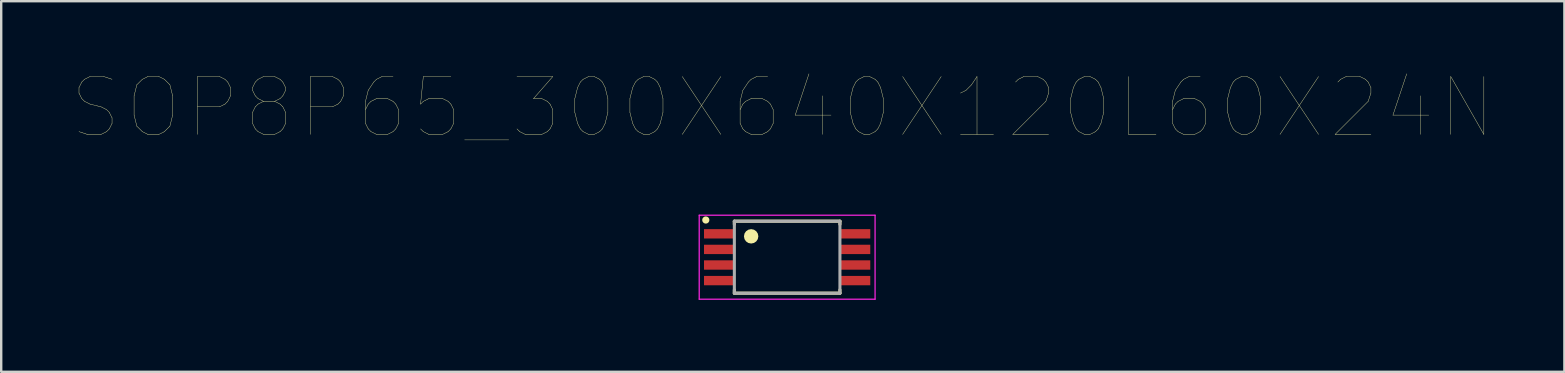
<source format=kicad_pcb>
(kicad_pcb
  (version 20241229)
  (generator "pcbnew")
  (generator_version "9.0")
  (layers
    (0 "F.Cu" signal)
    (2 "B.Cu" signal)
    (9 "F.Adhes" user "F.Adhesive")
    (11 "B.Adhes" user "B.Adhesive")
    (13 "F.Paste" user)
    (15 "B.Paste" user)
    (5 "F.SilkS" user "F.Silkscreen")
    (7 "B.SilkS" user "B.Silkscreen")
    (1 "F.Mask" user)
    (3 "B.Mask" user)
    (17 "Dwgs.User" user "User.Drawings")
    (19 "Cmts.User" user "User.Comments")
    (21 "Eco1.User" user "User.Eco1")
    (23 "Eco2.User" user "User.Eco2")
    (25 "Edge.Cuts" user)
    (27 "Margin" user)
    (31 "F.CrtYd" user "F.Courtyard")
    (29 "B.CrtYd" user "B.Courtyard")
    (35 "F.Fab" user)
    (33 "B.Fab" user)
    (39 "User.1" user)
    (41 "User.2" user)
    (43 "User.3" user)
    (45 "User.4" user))
  (footprint "SOP8P65_300X640X120L60X24N"
    (layer "F.Cu")
    (at 29.757 7.67)
    (property "Reference" "SOP8P65_300X640X120L60X24N" (at -0.181 -6.233 0) (layer "F.SilkS") (effects (font (size 2.411 2.411) (thickness 0.015))))
    (attr through_hole)
    (fp_line (start -2.2 -1.5) (end 2.2 -1.5) (stroke (width 0.127) (type solid)) (layer "F.SilkS"))
    (fp_line (start -2.2 -1.37) (end -2.2 -1.5) (stroke (width 0.127) (type solid)) (layer "F.SilkS"))
    (fp_line (start -2.2 1.36) (end -2.2 1.5) (stroke (width 0.127) (type solid)) (layer "F.SilkS"))
    (fp_line (start -2.2 1.5) (end 2.2 1.5) (stroke (width 0.127) (type solid)) (layer "F.SilkS"))
    (fp_line (start 2.2 -1.5) (end 2.2 -1.37) (stroke (width 0.127) (type solid)) (layer "F.SilkS"))
    (fp_line (start 2.2 1.5) (end 2.2 1.36) (stroke (width 0.127) (type solid)) (layer "F.SilkS"))
    (fp_circle (center -3.39 -1.55) (end -3.315 -1.55) (stroke (width 0.15) (type solid)) (fill no) (layer "F.SilkS"))
    (fp_circle (center -1.5 -0.87) (end -1.35 -0.87) (stroke (width 0.3) (type solid)) (fill no) (layer "F.SilkS"))
    (fp_line (start -3.665 -1.75) (end 3.665 -1.75) (stroke (width 0.05) (type solid)) (layer "F.CrtYd"))
    (fp_line (start -3.665 1.75) (end -3.665 -1.75) (stroke (width 0.05) (type solid)) (layer "F.CrtYd"))
    (fp_line (start 3.665 -1.75) (end 3.665 1.75) (stroke (width 0.05) (type solid)) (layer "F.CrtYd"))
    (fp_line (start 3.665 1.75) (end -3.665 1.75) (stroke (width 0.05) (type solid)) (layer "F.CrtYd"))
    (fp_line (start -2.2 -1.5) (end 2.2 -1.5) (stroke (width 0.127) (type solid)) (layer "F.Fab"))
    (fp_line (start -2.2 1.5) (end -2.2 -1.5) (stroke (width 0.127) (type solid)) (layer "F.Fab"))
    (fp_line (start 2.2 -1.5) (end 2.2 1.5) (stroke (width 0.127) (type solid)) (layer "F.Fab"))
    (fp_line (start 2.2 1.5) (end -2.2 1.5) (stroke (width 0.127) (type solid)) (layer "F.Fab"))
    (pad "1" smd rect (at -2.82 -0.975) (size 1.29 0.39) (layers "F.Cu" "F.Mask" "F.Paste"))
    (pad "2" smd rect (at -2.82 -0.325) (size 1.29 0.39) (layers "F.Cu" "F.Mask" "F.Paste"))
    (pad "3" smd rect (at -2.82 0.325) (size 1.29 0.39) (layers "F.Cu" "F.Mask" "F.Paste"))
    (pad "4" smd rect (at -2.82 0.975) (size 1.29 0.39) (layers "F.Cu" "F.Mask" "F.Paste"))
    (pad "5" smd rect (at 2.82 0.975) (size 1.29 0.39) (layers "F.Cu" "F.Mask" "F.Paste"))
    (pad "6" smd rect (at 2.82 0.325) (size 1.29 0.39) (layers "F.Cu" "F.Mask" "F.Paste"))
    (pad "7" smd rect (at 2.82 -0.325) (size 1.29 0.39) (layers "F.Cu" "F.Mask" "F.Paste"))
    (pad "8" smd rect (at 2.82 -0.975) (size 1.29 0.39) (layers "F.Cu" "F.Mask" "F.Paste")))
  (gr_rect
    (start -3 -3)
    (end 62.152 12.445)
    (stroke (width 0.1) (type default))
    (fill no)
    (layer "Edge.Cuts")))
</source>
